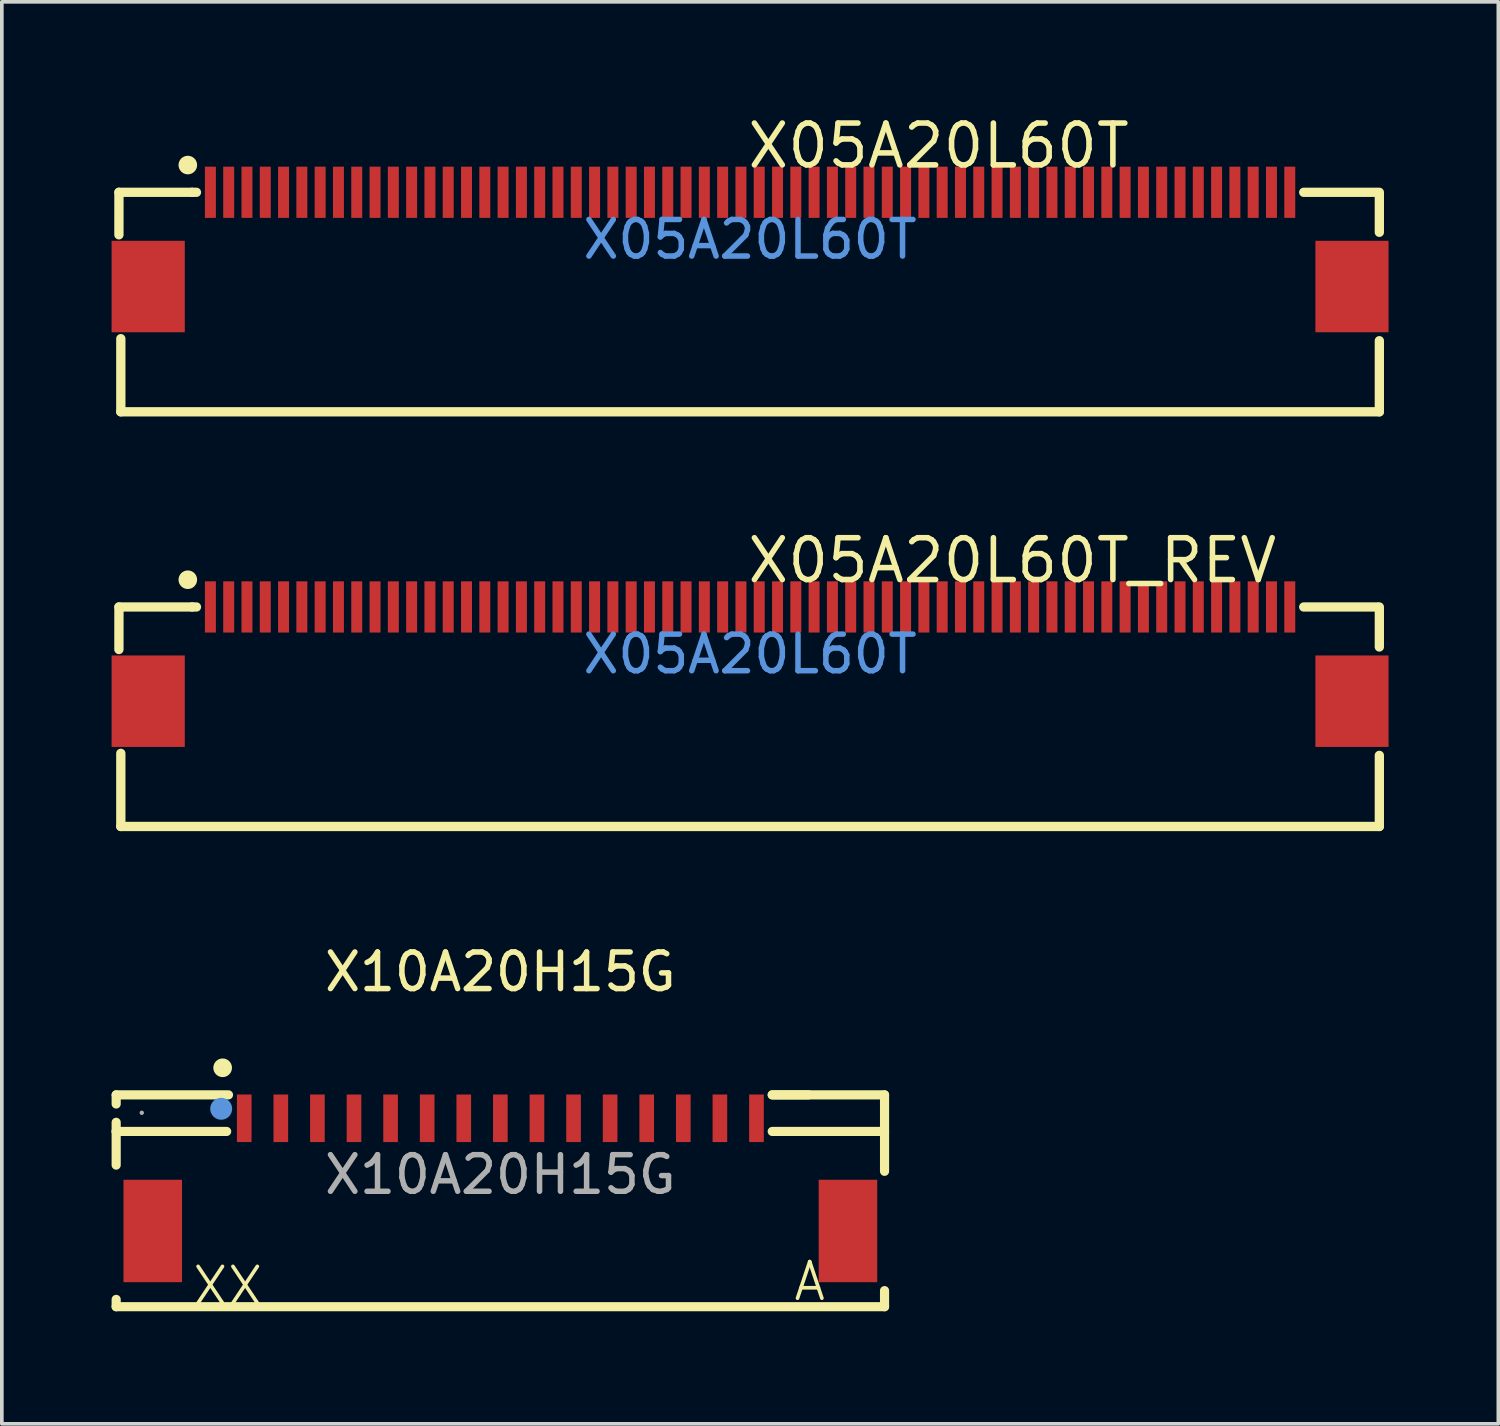
<source format=kicad_pcb>
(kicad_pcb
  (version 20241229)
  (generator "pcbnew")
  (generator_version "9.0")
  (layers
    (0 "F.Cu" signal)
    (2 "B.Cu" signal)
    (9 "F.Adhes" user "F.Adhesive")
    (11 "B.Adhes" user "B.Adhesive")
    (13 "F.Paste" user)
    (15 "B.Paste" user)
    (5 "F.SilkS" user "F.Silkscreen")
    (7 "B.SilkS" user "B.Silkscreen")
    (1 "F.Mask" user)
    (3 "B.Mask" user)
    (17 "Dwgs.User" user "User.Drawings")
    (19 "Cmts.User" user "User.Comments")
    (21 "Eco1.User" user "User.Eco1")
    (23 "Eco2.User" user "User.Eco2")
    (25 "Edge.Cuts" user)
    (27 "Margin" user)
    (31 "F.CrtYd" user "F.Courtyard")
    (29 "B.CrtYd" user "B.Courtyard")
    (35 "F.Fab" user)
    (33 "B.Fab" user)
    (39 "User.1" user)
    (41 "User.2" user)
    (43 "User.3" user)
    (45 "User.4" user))
  (footprint "X10A20H15G"
    (layer "F.Cu")
    (at 10.625 29.053)
    (property "Reference" "X10A20H15G" (at 0 -5.54 0) (layer "F.SilkS") (effects (font (size 1 1) (thickness 0.15))))
    (attr smd)
    (fp_line (start -10.5 -2.18) (end -10.5 -1.93) (stroke (width 0.25) (type solid)) (layer "F.SilkS"))
    (fp_line (start -10.5 -2.18) (end -7.43 -2.18) (stroke (width 0.25) (type solid)) (layer "F.SilkS"))
    (fp_line (start -10.5 -1.18) (end -10.5 -1.43) (stroke (width 0.25) (type solid)) (layer "F.SilkS"))
    (fp_line (start -10.5 -1.18) (end -10.5 -0.26) (stroke (width 0.25) (type solid)) (layer "F.SilkS"))
    (fp_line (start -10.5 -1.18) (end -7.48 -1.18) (stroke (width 0.25) (type solid)) (layer "F.SilkS"))
    (fp_line (start -10.5 3.61) (end -10.5 3.41) (stroke (width 0.25) (type solid)) (layer "F.SilkS"))
    (fp_line (start -10.5 3.61) (end 10.5 3.61) (stroke (width 0.25) (type solid)) (layer "F.SilkS"))
    (fp_line (start 7.43 -2.18) (end 8.43 -2.18) (stroke (width 0.25) (type solid)) (layer "F.SilkS"))
    (fp_line (start 10.5 -2.18) (end 7.43 -2.18) (stroke (width 0.25) (type solid)) (layer "F.SilkS"))
    (fp_line (start 10.5 -1.18) (end 7.43 -1.18) (stroke (width 0.25) (type solid)) (layer "F.SilkS"))
    (fp_line (start 10.5 -0.09) (end 10.5 -2.18) (stroke (width 0.25) (type solid)) (layer "F.SilkS"))
    (fp_line (start 10.5 3.61) (end 10.5 3.17) (stroke (width 0.25) (type solid)) (layer "F.SilkS"))
    (fp_circle (center -7.59 -2.92) (end -7.46 -2.92) (stroke (width 0.25) (type solid)) (fill no) (layer "F.SilkS"))
    (fp_circle (center -7.63 -1.8) (end -7.48 -1.8) (stroke (width 0.3) (type solid)) (fill no) (layer "Cmts.User"))
    (fp_circle (center -9.8 -1.69) (end -9.77 -1.69) (stroke (width 0.06) (type solid)) (fill no) (layer "F.Fab"))
    (fp_text user "XX" (at -8.47 3.05 0) (layer "F.SilkS") (effects (font (size 1 1) (thickness 0.1)) (justify left)))
    (fp_text user "A" (at 7.96 2.92 0) (layer "F.SilkS") (effects (font (size 1 1) (thickness 0.1)) (justify left)))
    (fp_text user "${REFERENCE}" (at 0 0 0) (layer "F.Fab") (effects (font (size 1 1) (thickness 0.15))))
    (pad "1" smd rect (at -7 -1.54) (size 0.4 1.3) (layers "F.Cu" "F.Mask" "F.Paste"))
    (pad "2" smd rect (at -6 -1.54) (size 0.4 1.3) (layers "F.Cu" "F.Mask" "F.Paste"))
    (pad "3" smd rect (at -5 -1.54) (size 0.4 1.3) (layers "F.Cu" "F.Mask" "F.Paste"))
    (pad "4" smd rect (at -4 -1.54) (size 0.4 1.3) (layers "F.Cu" "F.Mask" "F.Paste"))
    (pad "5" smd rect (at -3 -1.54) (size 0.4 1.3) (layers "F.Cu" "F.Mask" "F.Paste"))
    (pad "6" smd rect (at -2 -1.54) (size 0.4 1.3) (layers "F.Cu" "F.Mask" "F.Paste"))
    (pad "7" smd rect (at -1 -1.54) (size 0.4 1.3) (layers "F.Cu" "F.Mask" "F.Paste"))
    (pad "8" smd rect (at 0 -1.54) (size 0.4 1.3) (layers "F.Cu" "F.Mask" "F.Paste"))
    (pad "9" smd rect (at 1 -1.54) (size 0.4 1.3) (layers "F.Cu" "F.Mask" "F.Paste"))
    (pad "10" smd rect (at 2 -1.54) (size 0.4 1.3) (layers "F.Cu" "F.Mask" "F.Paste"))
    (pad "11" smd rect (at 3 -1.54) (size 0.4 1.3) (layers "F.Cu" "F.Mask" "F.Paste"))
    (pad "12" smd rect (at 4 -1.54) (size 0.4 1.3) (layers "F.Cu" "F.Mask" "F.Paste"))
    (pad "13" smd rect (at 5 -1.54) (size 0.4 1.3) (layers "F.Cu" "F.Mask" "F.Paste"))
    (pad "14" smd rect (at 6 -1.54) (size 0.4 1.3) (layers "F.Cu" "F.Mask" "F.Paste"))
    (pad "15" smd rect (at 7 -1.54) (size 0.4 1.3) (layers "F.Cu" "F.Mask" "F.Paste"))
    (pad "16" smd rect (at 9.5 1.54) (size 1.6 2.8) (layers "F.Cu" "F.Mask" "F.Paste"))
    (pad "17" smd rect (at -9.5 1.54) (size 1.6 2.8) (layers "F.Cu" "F.Mask" "F.Paste")))
  (footprint "X05A20L60T_REV"
    (layer "F.Cu")
    (at 17.45 14.826)
    (property "Reference" "X05A20L60T_REV" (at -0.145 -2.558 0) (layer "F.SilkS") (effects (font (size 1.143 1.143) (thickness 0.152)) (justify left)))
    (attr smd)
    (fp_line (start -17.25 -0.125) (end -17.249 -1.287) (stroke (width 0.254) (type solid)) (layer "F.SilkS"))
    (fp_line (start -17.249 -1.287) (end -15.25 -1.287) (stroke (width 0.254) (type solid)) (layer "F.SilkS"))
    (fp_line (start -17.198 4.712) (end -17.198 2.713) (stroke (width 0.254) (type solid)) (layer "F.SilkS"))
    (fp_line (start -15.25 -1.287) (end -15.131 -1.287) (stroke (width 0.254) (type solid)) (layer "F.SilkS"))
    (fp_line (start 15.131 -1.287) (end 17.145 -1.287) (stroke (width 0.254) (type solid)) (layer "F.SilkS"))
    (fp_line (start 17.198 -0.194) (end 17.198 -1.287) (stroke (width 0.254) (type solid)) (layer "F.SilkS"))
    (fp_line (start 17.198 4.712) (end -17.198 4.712) (stroke (width 0.254) (type solid)) (layer "F.SilkS"))
    (fp_line (start 17.198 4.712) (end 17.198 2.769) (stroke (width 0.254) (type solid)) (layer "F.SilkS"))
    (fp_circle (center -15.367 -2.032) (end -15.24 -2.032) (stroke (width 0.254) (type solid)) (fill no) (layer "F.SilkS"))
    (fp_text user "X05A20L60T" (at 0 0 0) (layer "Cmts.User") (effects (font (size 1 1) (thickness 0.15))))
    (pad "1" smd rect (at 14.75 -1.288) (size 0.3 1.4) (layers "F.Cu" "F.Mask" "F.Paste"))
    (pad "2" smd rect (at 14.25 -1.288) (size 0.3 1.4) (layers "F.Cu" "F.Mask" "F.Paste"))
    (pad "3" smd rect (at 13.75 -1.288) (size 0.3 1.4) (layers "F.Cu" "F.Mask" "F.Paste"))
    (pad "4" smd rect (at 13.25 -1.288) (size 0.3 1.4) (layers "F.Cu" "F.Mask" "F.Paste"))
    (pad "5" smd rect (at 12.75 -1.288) (size 0.3 1.4) (layers "F.Cu" "F.Mask" "F.Paste"))
    (pad "6" smd rect (at 12.25 -1.288) (size 0.3 1.4) (layers "F.Cu" "F.Mask" "F.Paste"))
    (pad "7" smd rect (at 11.75 -1.288) (size 0.3 1.4) (layers "F.Cu" "F.Mask" "F.Paste"))
    (pad "8" smd rect (at 11.25 -1.288) (size 0.3 1.4) (layers "F.Cu" "F.Mask" "F.Paste"))
    (pad "9" smd rect (at 10.75 -1.288) (size 0.3 1.4) (layers "F.Cu" "F.Mask" "F.Paste"))
    (pad "10" smd rect (at 10.25 -1.288) (size 0.3 1.4) (layers "F.Cu" "F.Mask" "F.Paste"))
    (pad "11" smd rect (at 9.75 -1.288) (size 0.3 1.4) (layers "F.Cu" "F.Mask" "F.Paste"))
    (pad "12" smd rect (at 9.25 -1.288) (size 0.3 1.4) (layers "F.Cu" "F.Mask" "F.Paste"))
    (pad "13" smd rect (at 8.75 -1.288) (size 0.3 1.4) (layers "F.Cu" "F.Mask" "F.Paste"))
    (pad "14" smd rect (at 8.25 -1.288) (size 0.3 1.4) (layers "F.Cu" "F.Mask" "F.Paste"))
    (pad "15" smd rect (at 7.75 -1.288) (size 0.3 1.4) (layers "F.Cu" "F.Mask" "F.Paste"))
    (pad "16" smd rect (at 7.25 -1.288) (size 0.3 1.4) (layers "F.Cu" "F.Mask" "F.Paste"))
    (pad "17" smd rect (at 6.75 -1.288) (size 0.3 1.4) (layers "F.Cu" "F.Mask" "F.Paste"))
    (pad "18" smd rect (at 6.25 -1.288) (size 0.3 1.4) (layers "F.Cu" "F.Mask" "F.Paste"))
    (pad "19" smd rect (at 5.75 -1.288) (size 0.3 1.4) (layers "F.Cu" "F.Mask" "F.Paste"))
    (pad "20" smd rect (at 5.25 -1.288) (size 0.3 1.4) (layers "F.Cu" "F.Mask" "F.Paste"))
    (pad "21" smd rect (at 4.75 -1.288) (size 0.3 1.4) (layers "F.Cu" "F.Mask" "F.Paste"))
    (pad "22" smd rect (at 4.25 -1.288) (size 0.3 1.4) (layers "F.Cu" "F.Mask" "F.Paste"))
    (pad "23" smd rect (at 3.75 -1.288) (size 0.3 1.4) (layers "F.Cu" "F.Mask" "F.Paste"))
    (pad "24" smd rect (at 3.25 -1.288) (size 0.3 1.4) (layers "F.Cu" "F.Mask" "F.Paste"))
    (pad "25" smd rect (at 2.75 -1.288) (size 0.3 1.4) (layers "F.Cu" "F.Mask" "F.Paste"))
    (pad "26" smd rect (at 2.25 -1.288) (size 0.3 1.4) (layers "F.Cu" "F.Mask" "F.Paste"))
    (pad "27" smd rect (at 1.75 -1.288) (size 0.3 1.4) (layers "F.Cu" "F.Mask" "F.Paste"))
    (pad "28" smd rect (at 1.25 -1.288) (size 0.3 1.4) (layers "F.Cu" "F.Mask" "F.Paste"))
    (pad "29" smd rect (at 0.75 -1.288) (size 0.3 1.4) (layers "F.Cu" "F.Mask" "F.Paste"))
    (pad "30" smd rect (at 0.25 -1.288) (size 0.3 1.4) (layers "F.Cu" "F.Mask" "F.Paste"))
    (pad "31" smd rect (at -0.25 -1.288) (size 0.3 1.4) (layers "F.Cu" "F.Mask" "F.Paste"))
    (pad "32" smd rect (at -0.75 -1.288) (size 0.3 1.4) (layers "F.Cu" "F.Mask" "F.Paste"))
    (pad "33" smd rect (at -1.25 -1.288) (size 0.3 1.4) (layers "F.Cu" "F.Mask" "F.Paste"))
    (pad "34" smd rect (at -1.75 -1.288) (size 0.3 1.4) (layers "F.Cu" "F.Mask" "F.Paste"))
    (pad "35" smd rect (at -2.25 -1.288) (size 0.3 1.4) (layers "F.Cu" "F.Mask" "F.Paste"))
    (pad "36" smd rect (at -2.75 -1.288) (size 0.3 1.4) (layers "F.Cu" "F.Mask" "F.Paste"))
    (pad "37" smd rect (at -3.25 -1.288) (size 0.3 1.4) (layers "F.Cu" "F.Mask" "F.Paste"))
    (pad "38" smd rect (at -3.75 -1.288) (size 0.3 1.4) (layers "F.Cu" "F.Mask" "F.Paste"))
    (pad "39" smd rect (at -4.25 -1.288) (size 0.3 1.4) (layers "F.Cu" "F.Mask" "F.Paste"))
    (pad "40" smd rect (at -4.75 -1.288) (size 0.3 1.4) (layers "F.Cu" "F.Mask" "F.Paste"))
    (pad "41" smd rect (at -5.25 -1.288) (size 0.3 1.4) (layers "F.Cu" "F.Mask" "F.Paste"))
    (pad "42" smd rect (at -5.75 -1.288) (size 0.3 1.4) (layers "F.Cu" "F.Mask" "F.Paste"))
    (pad "43" smd rect (at -6.25 -1.288) (size 0.3 1.4) (layers "F.Cu" "F.Mask" "F.Paste"))
    (pad "44" smd rect (at -6.75 -1.288) (size 0.3 1.4) (layers "F.Cu" "F.Mask" "F.Paste"))
    (pad "45" smd rect (at -7.25 -1.288) (size 0.3 1.4) (layers "F.Cu" "F.Mask" "F.Paste"))
    (pad "46" smd rect (at -7.75 -1.288) (size 0.3 1.4) (layers "F.Cu" "F.Mask" "F.Paste"))
    (pad "47" smd rect (at -8.25 -1.288) (size 0.3 1.4) (layers "F.Cu" "F.Mask" "F.Paste"))
    (pad "48" smd rect (at -8.75 -1.288) (size 0.3 1.4) (layers "F.Cu" "F.Mask" "F.Paste"))
    (pad "49" smd rect (at -9.25 -1.288) (size 0.3 1.4) (layers "F.Cu" "F.Mask" "F.Paste"))
    (pad "50" smd rect (at -9.75 -1.288) (size 0.3 1.4) (layers "F.Cu" "F.Mask" "F.Paste"))
    (pad "51" smd rect (at -10.25 -1.288) (size 0.3 1.4) (layers "F.Cu" "F.Mask" "F.Paste"))
    (pad "52" smd rect (at -10.75 -1.288) (size 0.3 1.4) (layers "F.Cu" "F.Mask" "F.Paste"))
    (pad "53" smd rect (at -11.25 -1.288) (size 0.3 1.4) (layers "F.Cu" "F.Mask" "F.Paste"))
    (pad "54" smd rect (at -11.75 -1.288) (size 0.3 1.4) (layers "F.Cu" "F.Mask" "F.Paste"))
    (pad "55" smd rect (at -12.25 -1.288) (size 0.3 1.4) (layers "F.Cu" "F.Mask" "F.Paste"))
    (pad "56" smd rect (at -12.75 -1.288) (size 0.3 1.4) (layers "F.Cu" "F.Mask" "F.Paste"))
    (pad "57" smd rect (at -13.25 -1.288) (size 0.3 1.4) (layers "F.Cu" "F.Mask" "F.Paste"))
    (pad "58" smd rect (at -13.75 -1.288) (size 0.3 1.4) (layers "F.Cu" "F.Mask" "F.Paste"))
    (pad "59" smd rect (at -14.25 -1.288) (size 0.3 1.4) (layers "F.Cu" "F.Mask" "F.Paste"))
    (pad "60" smd rect (at -14.75 -1.288) (size 0.3 1.4) (layers "F.Cu" "F.Mask" "F.Paste"))
    (pad "61" smd rect (at 16.45 1.288) (size 2 2.5) (layers "F.Cu" "F.Mask" "F.Paste"))
    (pad "62" smd rect (at -16.45 1.288) (size 2 2.5) (layers "F.Cu" "F.Mask" "F.Paste")))
  (footprint "X05A20L60T"
    (layer "F.Cu")
    (at 17.45 3.493)
    (property "Reference" "X05A20L60T" (at -0.145 -2.558 0) (layer "F.SilkS") (effects (font (size 1.143 1.143) (thickness 0.152)) (justify left)))
    (attr smd)
    (fp_line (start -17.25 -0.125) (end -17.249 -1.287) (stroke (width 0.254) (type solid)) (layer "F.SilkS"))
    (fp_line (start -17.249 -1.287) (end -15.25 -1.287) (stroke (width 0.254) (type solid)) (layer "F.SilkS"))
    (fp_line (start -17.198 4.712) (end -17.198 2.713) (stroke (width 0.254) (type solid)) (layer "F.SilkS"))
    (fp_line (start -15.25 -1.287) (end -15.131 -1.287) (stroke (width 0.254) (type solid)) (layer "F.SilkS"))
    (fp_line (start 15.131 -1.287) (end 17.145 -1.287) (stroke (width 0.254) (type solid)) (layer "F.SilkS"))
    (fp_line (start 17.198 -0.194) (end 17.198 -1.287) (stroke (width 0.254) (type solid)) (layer "F.SilkS"))
    (fp_line (start 17.198 4.712) (end -17.198 4.712) (stroke (width 0.254) (type solid)) (layer "F.SilkS"))
    (fp_line (start 17.198 4.712) (end 17.198 2.769) (stroke (width 0.254) (type solid)) (layer "F.SilkS"))
    (fp_circle (center -15.367 -2.032) (end -15.24 -2.032) (stroke (width 0.254) (type solid)) (fill no) (layer "F.SilkS"))
    (fp_text user "X05A20L60T" (at 0 0 0) (layer "Cmts.User") (effects (font (size 1 1) (thickness 0.15))))
    (pad "1" smd rect (at -14.75 -1.288) (size 0.3 1.4) (layers "F.Cu" "F.Mask" "F.Paste"))
    (pad "2" smd rect (at -14.25 -1.288) (size 0.3 1.4) (layers "F.Cu" "F.Mask" "F.Paste"))
    (pad "3" smd rect (at -13.75 -1.288) (size 0.3 1.4) (layers "F.Cu" "F.Mask" "F.Paste"))
    (pad "4" smd rect (at -13.25 -1.288) (size 0.3 1.4) (layers "F.Cu" "F.Mask" "F.Paste"))
    (pad "5" smd rect (at -12.75 -1.288) (size 0.3 1.4) (layers "F.Cu" "F.Mask" "F.Paste"))
    (pad "6" smd rect (at -12.25 -1.288) (size 0.3 1.4) (layers "F.Cu" "F.Mask" "F.Paste"))
    (pad "7" smd rect (at -11.75 -1.288) (size 0.3 1.4) (layers "F.Cu" "F.Mask" "F.Paste"))
    (pad "8" smd rect (at -11.25 -1.288) (size 0.3 1.4) (layers "F.Cu" "F.Mask" "F.Paste"))
    (pad "9" smd rect (at -10.75 -1.288) (size 0.3 1.4) (layers "F.Cu" "F.Mask" "F.Paste"))
    (pad "10" smd rect (at -10.25 -1.288) (size 0.3 1.4) (layers "F.Cu" "F.Mask" "F.Paste"))
    (pad "11" smd rect (at -9.75 -1.288) (size 0.3 1.4) (layers "F.Cu" "F.Mask" "F.Paste"))
    (pad "12" smd rect (at -9.25 -1.288) (size 0.3 1.4) (layers "F.Cu" "F.Mask" "F.Paste"))
    (pad "13" smd rect (at -8.75 -1.288) (size 0.3 1.4) (layers "F.Cu" "F.Mask" "F.Paste"))
    (pad "14" smd rect (at -8.25 -1.288) (size 0.3 1.4) (layers "F.Cu" "F.Mask" "F.Paste"))
    (pad "15" smd rect (at -7.75 -1.288) (size 0.3 1.4) (layers "F.Cu" "F.Mask" "F.Paste"))
    (pad "16" smd rect (at -7.25 -1.288) (size 0.3 1.4) (layers "F.Cu" "F.Mask" "F.Paste"))
    (pad "17" smd rect (at -6.75 -1.288) (size 0.3 1.4) (layers "F.Cu" "F.Mask" "F.Paste"))
    (pad "18" smd rect (at -6.25 -1.288) (size 0.3 1.4) (layers "F.Cu" "F.Mask" "F.Paste"))
    (pad "19" smd rect (at -5.75 -1.288) (size 0.3 1.4) (layers "F.Cu" "F.Mask" "F.Paste"))
    (pad "20" smd rect (at -5.25 -1.288) (size 0.3 1.4) (layers "F.Cu" "F.Mask" "F.Paste"))
    (pad "21" smd rect (at -4.75 -1.288) (size 0.3 1.4) (layers "F.Cu" "F.Mask" "F.Paste"))
    (pad "22" smd rect (at -4.25 -1.288) (size 0.3 1.4) (layers "F.Cu" "F.Mask" "F.Paste"))
    (pad "23" smd rect (at -3.75 -1.288) (size 0.3 1.4) (layers "F.Cu" "F.Mask" "F.Paste"))
    (pad "24" smd rect (at -3.25 -1.288) (size 0.3 1.4) (layers "F.Cu" "F.Mask" "F.Paste"))
    (pad "25" smd rect (at -2.75 -1.288) (size 0.3 1.4) (layers "F.Cu" "F.Mask" "F.Paste"))
    (pad "26" smd rect (at -2.25 -1.288) (size 0.3 1.4) (layers "F.Cu" "F.Mask" "F.Paste"))
    (pad "27" smd rect (at -1.75 -1.288) (size 0.3 1.4) (layers "F.Cu" "F.Mask" "F.Paste"))
    (pad "28" smd rect (at -1.25 -1.288) (size 0.3 1.4) (layers "F.Cu" "F.Mask" "F.Paste"))
    (pad "29" smd rect (at -0.75 -1.288) (size 0.3 1.4) (layers "F.Cu" "F.Mask" "F.Paste"))
    (pad "30" smd rect (at -0.25 -1.288) (size 0.3 1.4) (layers "F.Cu" "F.Mask" "F.Paste"))
    (pad "31" smd rect (at 0.25 -1.288) (size 0.3 1.4) (layers "F.Cu" "F.Mask" "F.Paste"))
    (pad "32" smd rect (at 0.75 -1.288) (size 0.3 1.4) (layers "F.Cu" "F.Mask" "F.Paste"))
    (pad "33" smd rect (at 1.25 -1.288) (size 0.3 1.4) (layers "F.Cu" "F.Mask" "F.Paste"))
    (pad "34" smd rect (at 1.75 -1.288) (size 0.3 1.4) (layers "F.Cu" "F.Mask" "F.Paste"))
    (pad "35" smd rect (at 2.25 -1.288) (size 0.3 1.4) (layers "F.Cu" "F.Mask" "F.Paste"))
    (pad "36" smd rect (at 2.75 -1.288) (size 0.3 1.4) (layers "F.Cu" "F.Mask" "F.Paste"))
    (pad "37" smd rect (at 3.25 -1.288) (size 0.3 1.4) (layers "F.Cu" "F.Mask" "F.Paste"))
    (pad "38" smd rect (at 3.75 -1.288) (size 0.3 1.4) (layers "F.Cu" "F.Mask" "F.Paste"))
    (pad "39" smd rect (at 4.25 -1.288) (size 0.3 1.4) (layers "F.Cu" "F.Mask" "F.Paste"))
    (pad "40" smd rect (at 4.75 -1.288) (size 0.3 1.4) (layers "F.Cu" "F.Mask" "F.Paste"))
    (pad "41" smd rect (at 5.25 -1.288) (size 0.3 1.4) (layers "F.Cu" "F.Mask" "F.Paste"))
    (pad "42" smd rect (at 5.75 -1.288) (size 0.3 1.4) (layers "F.Cu" "F.Mask" "F.Paste"))
    (pad "43" smd rect (at 6.25 -1.288) (size 0.3 1.4) (layers "F.Cu" "F.Mask" "F.Paste"))
    (pad "44" smd rect (at 6.75 -1.288) (size 0.3 1.4) (layers "F.Cu" "F.Mask" "F.Paste"))
    (pad "45" smd rect (at 7.25 -1.288) (size 0.3 1.4) (layers "F.Cu" "F.Mask" "F.Paste"))
    (pad "46" smd rect (at 7.75 -1.288) (size 0.3 1.4) (layers "F.Cu" "F.Mask" "F.Paste"))
    (pad "47" smd rect (at 8.25 -1.288) (size 0.3 1.4) (layers "F.Cu" "F.Mask" "F.Paste"))
    (pad "48" smd rect (at 8.75 -1.288) (size 0.3 1.4) (layers "F.Cu" "F.Mask" "F.Paste"))
    (pad "49" smd rect (at 9.25 -1.288) (size 0.3 1.4) (layers "F.Cu" "F.Mask" "F.Paste"))
    (pad "50" smd rect (at 9.75 -1.288) (size 0.3 1.4) (layers "F.Cu" "F.Mask" "F.Paste"))
    (pad "51" smd rect (at 10.25 -1.288) (size 0.3 1.4) (layers "F.Cu" "F.Mask" "F.Paste"))
    (pad "52" smd rect (at 10.75 -1.288) (size 0.3 1.4) (layers "F.Cu" "F.Mask" "F.Paste"))
    (pad "53" smd rect (at 11.25 -1.288) (size 0.3 1.4) (layers "F.Cu" "F.Mask" "F.Paste"))
    (pad "54" smd rect (at 11.75 -1.288) (size 0.3 1.4) (layers "F.Cu" "F.Mask" "F.Paste"))
    (pad "55" smd rect (at 12.25 -1.288) (size 0.3 1.4) (layers "F.Cu" "F.Mask" "F.Paste"))
    (pad "56" smd rect (at 12.75 -1.288) (size 0.3 1.4) (layers "F.Cu" "F.Mask" "F.Paste"))
    (pad "57" smd rect (at 13.25 -1.288) (size 0.3 1.4) (layers "F.Cu" "F.Mask" "F.Paste"))
    (pad "58" smd rect (at 13.75 -1.288) (size 0.3 1.4) (layers "F.Cu" "F.Mask" "F.Paste"))
    (pad "59" smd rect (at 14.25 -1.288) (size 0.3 1.4) (layers "F.Cu" "F.Mask" "F.Paste"))
    (pad "60" smd rect (at 14.75 -1.288) (size 0.3 1.4) (layers "F.Cu" "F.Mask" "F.Paste"))
    (pad "61" smd rect (at 16.45 1.288) (size 2 2.5) (layers "F.Cu" "F.Mask" "F.Paste"))
    (pad "62" smd rect (at -16.45 1.288) (size 2 2.5) (layers "F.Cu" "F.Mask" "F.Paste")))
  (gr_rect
    (start -3 -3)
    (end 37.9 35.864)
    (stroke (width 0.1) (type default))
    (fill no)
    (layer "Edge.Cuts")))
</source>
